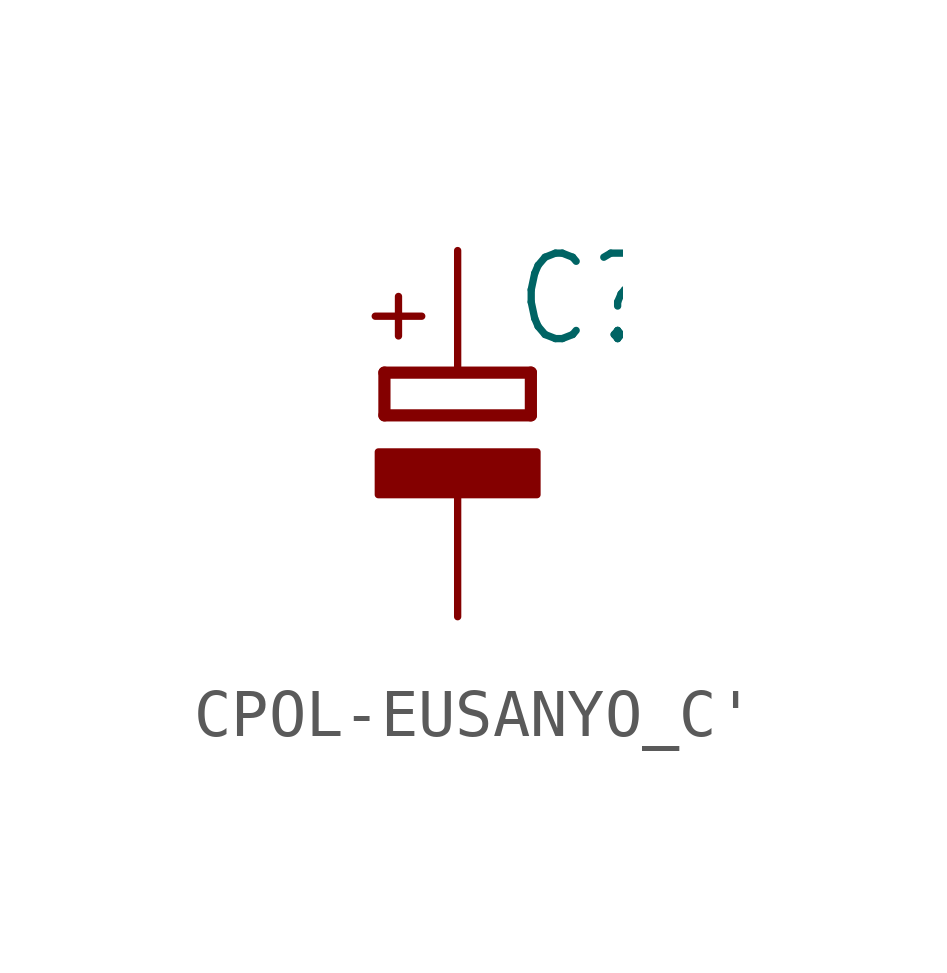
<source format=kicad_sym>
(kicad_symbol_lib
  (version 20231120)
  (generator "kicad_symbol_editor")
  (generator_version "8.0")
  (symbol "CPOL-EUSANYO_C'"
    (property "Reference" "C"
      (at 1.143 0.483 0)
      (effects (font (size 1.778 1.511)) (justify left bottom)))
    (property "Value" ""
      (at 1.143 -4.597 0)
      (effects (font (size 1.778 1.511)) (justify left bottom)))
    (property "ki_locked" ""
      (at 0 0 0)
      (effects (font (size 1.27 1.27))))
    (symbol "CPOL-EUSANYO_C'_1_0"
      (rectangle (start -1.651 -2.54) (end 1.651 -1.651) (stroke (width 0) (type default)) (fill (type outline)))
      (polyline (pts (xy -1.524 -0.889) (xy 1.524 -0.889)) (stroke (width 0.254) (type solid)) (fill (type none)))
      (polyline (pts (xy -1.524 0) (xy -1.524 -0.889)) (stroke (width 0.254) (type solid)) (fill (type none)))
      (polyline (pts (xy -1.524 0) (xy 1.524 0)) (stroke (width 0.254) (type solid)) (fill (type none)))
      (polyline (pts (xy 1.524 -0.889) (xy 1.524 0)) (stroke (width 0.254) (type solid)) (fill (type none)))
      (text "+" (at -0.584 0.406 900) (effects (font (size 1.27 1.079)) (justify left bottom)))
      (pin passive line (at 0 2.54 270) (length 2.54) (name "+" (effects (font (size 0 0)))) (number "+" (effects (font (size 0 0)))))
      (pin passive line (at 0 -5.08 90) (length 2.54) (name "-" (effects (font (size 0 0)))) (number "-" (effects (font (size 0 0))))))))
</source>
